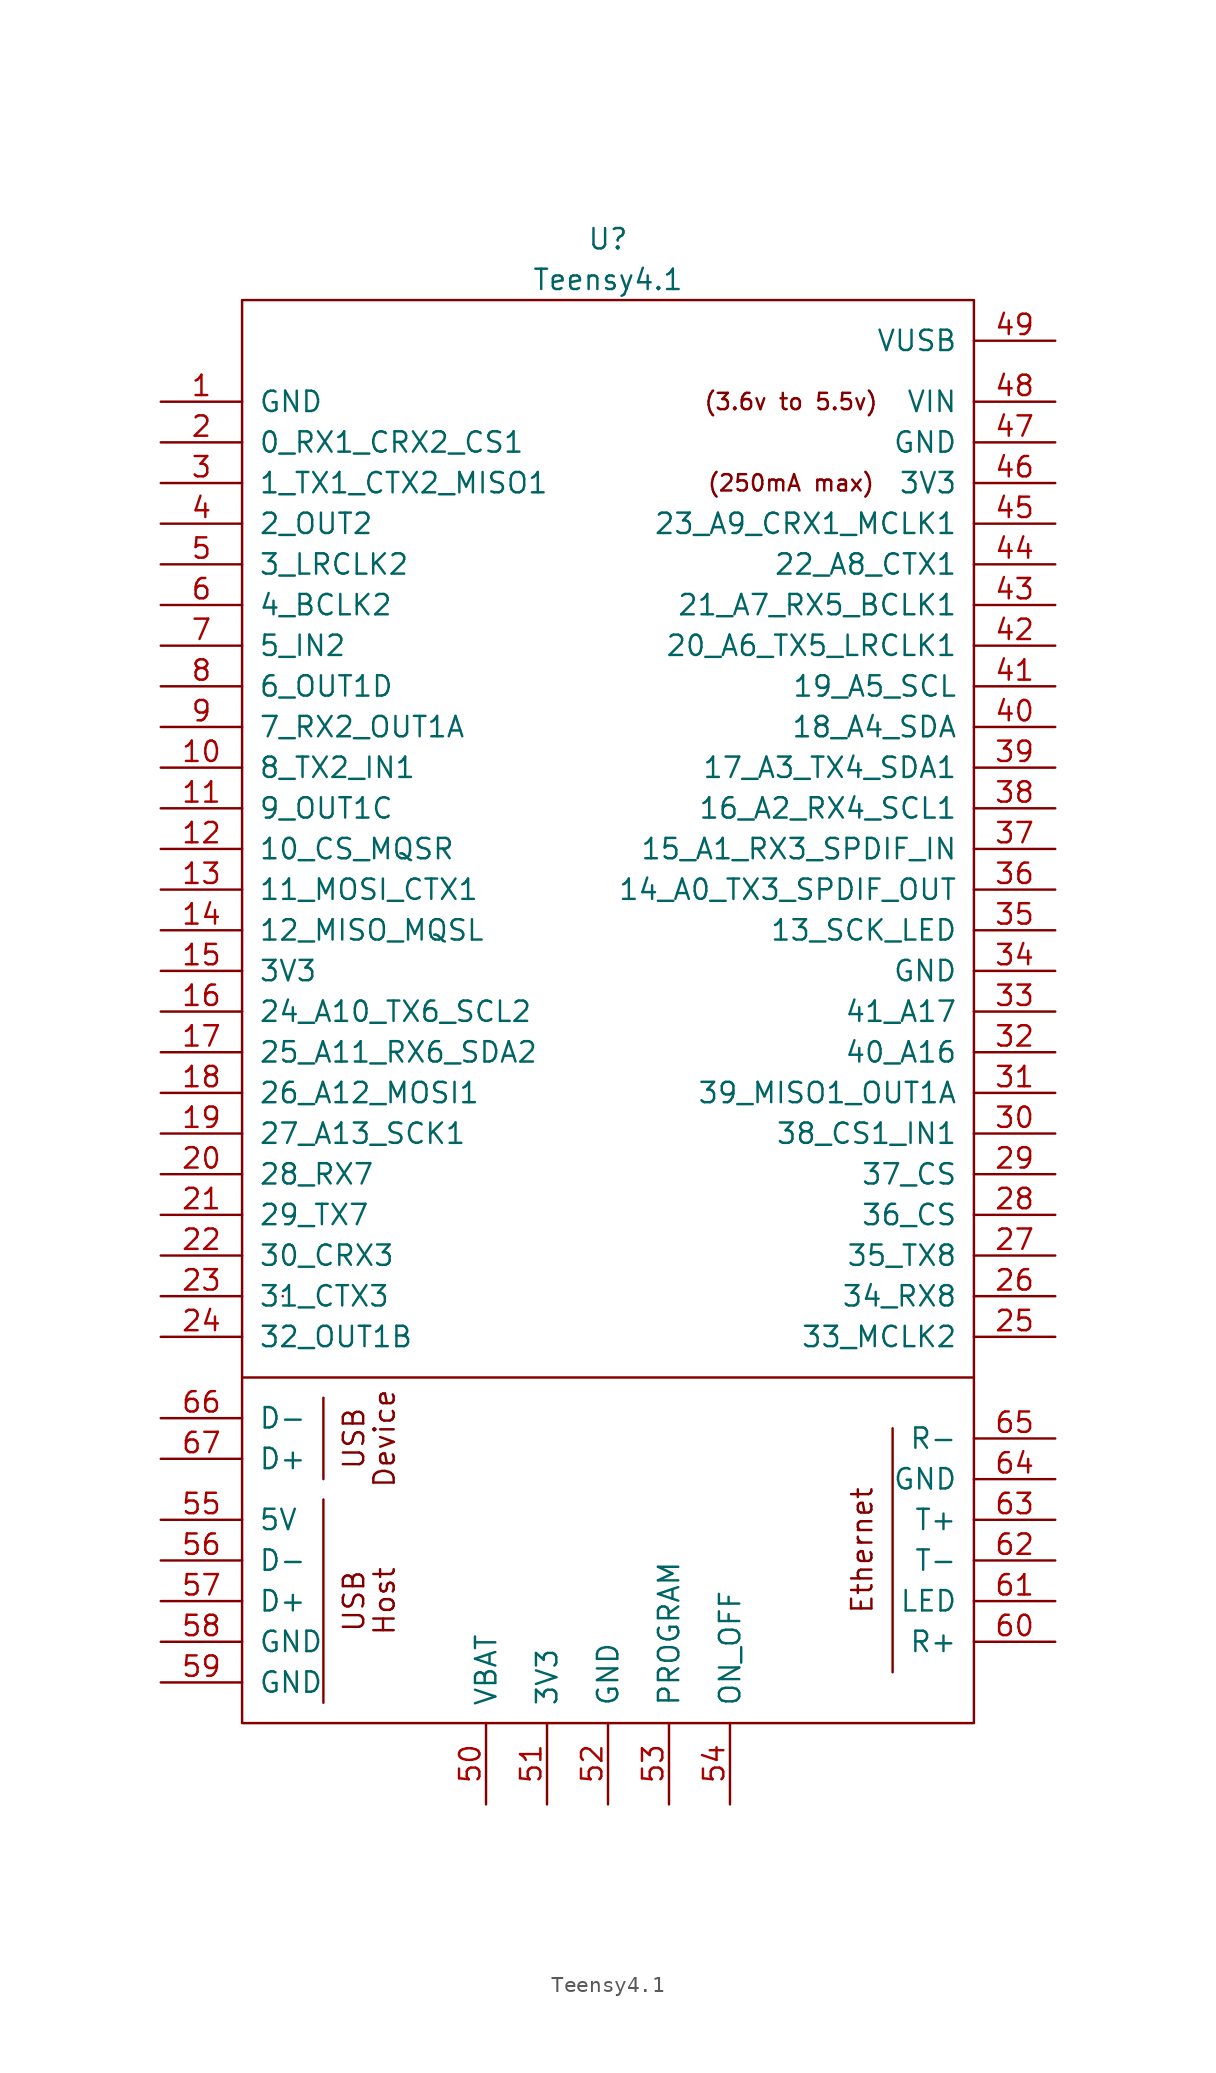
<source format=kicad_sym>
(kicad_symbol_lib
  (version 20231120)
  (generator "kicad_symbol_editor")
  (generator_version "8.0")
  (symbol "Teensy4.1"
    (pin_names
      (offset 1.016))
    (property "Reference" "U"
      (at 0 64.77 0)
      (effects (font (size 1.27 1.27))))
    (property "Value" "Teensy4.1"
      (at 0 62.23 0)
      (effects (font (size 1.27 1.27))))
    (symbol "Teensy4.1_0_0"
      (polyline (pts (xy -22.86 -6.35) (xy 22.86 -6.35)) (stroke (width 0) (type solid)) (fill (type none)))
      (polyline (pts (xy -17.78 -26.67) (xy -17.78 -13.97)) (stroke (width 0) (type solid)) (fill (type none)))
      (polyline (pts (xy -17.78 -7.62) (xy -17.78 -12.7)) (stroke (width 0) (type solid)) (fill (type none)))
      (polyline (pts (xy 17.78 -9.525) (xy 17.78 -24.765)) (stroke (width 0) (type solid)) (fill (type none)))
      (text "(250mA max)" (at 11.43 49.53 0) (effects (font (size 1.016 1.016))))
      (text "(3.6v to 5.5v)" (at 11.43 54.61 0) (effects (font (size 1.016 1.016))))
      (text "Device" (at -13.97 -10.16 900) (effects (font (size 1.27 1.27))))
      (text "Ethernet" (at 15.875 -17.145 900) (effects (font (size 1.27 1.27))))
      (text "Host" (at -13.97 -20.32 900) (effects (font (size 1.27 1.27))))
      (text "USB" (at -15.875 -20.32 900) (effects (font (size 1.27 1.27))))
      (text "USB" (at -15.875 -10.16 900) (effects (font (size 1.27 1.27))))
      (pin bidirectional line (at -27.94 31.75 0) (length 5.08) (name "8_TX2_IN1" (effects (font (size 1.27 1.27)))) (number "10" (effects (font (size 1.27 1.27)))))
      (pin bidirectional line (at -27.94 29.21 0) (length 5.08) (name "9_OUT1C" (effects (font (size 1.27 1.27)))) (number "11" (effects (font (size 1.27 1.27)))))
      (pin bidirectional line (at -27.94 26.67 0) (length 5.08) (name "10_CS_MQSR" (effects (font (size 1.27 1.27)))) (number "12" (effects (font (size 1.27 1.27)))))
      (pin bidirectional line (at -27.94 24.13 0) (length 5.08) (name "11_MOSI_CTX1" (effects (font (size 1.27 1.27)))) (number "13" (effects (font (size 1.27 1.27)))))
      (pin bidirectional line (at -27.94 21.59 0) (length 5.08) (name "12_MISO_MQSL" (effects (font (size 1.27 1.27)))) (number "14" (effects (font (size 1.27 1.27)))))
      (pin power_in line (at -27.94 19.05 0) (length 5.08) (name "3V3" (effects (font (size 1.27 1.27)))) (number "15" (effects (font (size 1.27 1.27)))))
      (pin bidirectional line (at -27.94 16.51 0) (length 5.08) (name "24_A10_TX6_SCL2" (effects (font (size 1.27 1.27)))) (number "16" (effects (font (size 1.27 1.27)))))
      (pin bidirectional line (at -27.94 13.97 0) (length 5.08) (name "25_A11_RX6_SDA2" (effects (font (size 1.27 1.27)))) (number "17" (effects (font (size 1.27 1.27)))))
      (pin bidirectional line (at -27.94 11.43 0) (length 5.08) (name "26_A12_MOSI1" (effects (font (size 1.27 1.27)))) (number "18" (effects (font (size 1.27 1.27)))))
      (pin bidirectional line (at -27.94 8.89 0) (length 5.08) (name "27_A13_SCK1" (effects (font (size 1.27 1.27)))) (number "19" (effects (font (size 1.27 1.27)))))
      (pin bidirectional line (at -27.94 6.35 0) (length 5.08) (name "28_RX7" (effects (font (size 1.27 1.27)))) (number "20" (effects (font (size 1.27 1.27)))))
      (pin bidirectional line (at -27.94 3.81 0) (length 5.08) (name "29_TX7" (effects (font (size 1.27 1.27)))) (number "21" (effects (font (size 1.27 1.27)))))
      (pin bidirectional line (at -27.94 1.27 0) (length 5.08) (name "30_CRX3" (effects (font (size 1.27 1.27)))) (number "22" (effects (font (size 1.27 1.27)))))
      (pin bidirectional line (at -27.94 -1.27 0) (length 5.08) (name "31_CTX3" (effects (font (size 1.27 1.27)))) (number "23" (effects (font (size 1.27 1.27)))))
      (pin bidirectional line (at -27.94 -3.81 0) (length 5.08) (name "32_OUT1B" (effects (font (size 1.27 1.27)))) (number "24" (effects (font (size 1.27 1.27)))))
      (pin bidirectional line (at 27.94 -3.81 180) (length 5.08) (name "33_MCLK2" (effects (font (size 1.27 1.27)))) (number "25" (effects (font (size 1.27 1.27)))))
      (pin bidirectional line (at 27.94 -1.27 180) (length 5.08) (name "34_RX8" (effects (font (size 1.27 1.27)))) (number "26" (effects (font (size 1.27 1.27)))))
      (pin bidirectional line (at 27.94 1.27 180) (length 5.08) (name "35_TX8" (effects (font (size 1.27 1.27)))) (number "27" (effects (font (size 1.27 1.27)))))
      (pin bidirectional line (at 27.94 3.81 180) (length 5.08) (name "36_CS" (effects (font (size 1.27 1.27)))) (number "28" (effects (font (size 1.27 1.27)))))
      (pin bidirectional line (at 27.94 6.35 180) (length 5.08) (name "37_CS" (effects (font (size 1.27 1.27)))) (number "29" (effects (font (size 1.27 1.27)))))
      (pin bidirectional line (at 27.94 8.89 180) (length 5.08) (name "38_CS1_IN1" (effects (font (size 1.27 1.27)))) (number "30" (effects (font (size 1.27 1.27)))))
      (pin bidirectional line (at 27.94 11.43 180) (length 5.08) (name "39_MISO1_OUT1A" (effects (font (size 1.27 1.27)))) (number "31" (effects (font (size 1.27 1.27)))))
      (pin bidirectional line (at 27.94 13.97 180) (length 5.08) (name "40_A16" (effects (font (size 1.27 1.27)))) (number "32" (effects (font (size 1.27 1.27)))))
      (pin bidirectional line (at 27.94 16.51 180) (length 5.08) (name "41_A17" (effects (font (size 1.27 1.27)))) (number "33" (effects (font (size 1.27 1.27)))))
      (pin bidirectional line (at 27.94 21.59 180) (length 5.08) (name "13_SCK_LED" (effects (font (size 1.27 1.27)))) (number "35" (effects (font (size 1.27 1.27)))))
      (pin bidirectional line (at 27.94 24.13 180) (length 5.08) (name "14_A0_TX3_SPDIF_OUT" (effects (font (size 1.27 1.27)))) (number "36" (effects (font (size 1.27 1.27)))))
      (pin bidirectional line (at 27.94 26.67 180) (length 5.08) (name "15_A1_RX3_SPDIF_IN" (effects (font (size 1.27 1.27)))) (number "37" (effects (font (size 1.27 1.27)))))
      (pin bidirectional line (at 27.94 29.21 180) (length 5.08) (name "16_A2_RX4_SCL1" (effects (font (size 1.27 1.27)))) (number "38" (effects (font (size 1.27 1.27)))))
      (pin bidirectional line (at 27.94 31.75 180) (length 5.08) (name "17_A3_TX4_SDA1" (effects (font (size 1.27 1.27)))) (number "39" (effects (font (size 1.27 1.27)))))
      (pin bidirectional line (at 27.94 34.29 180) (length 5.08) (name "18_A4_SDA" (effects (font (size 1.27 1.27)))) (number "40" (effects (font (size 1.27 1.27)))))
      (pin bidirectional line (at 27.94 36.83 180) (length 5.08) (name "19_A5_SCL" (effects (font (size 1.27 1.27)))) (number "41" (effects (font (size 1.27 1.27)))))
      (pin bidirectional line (at 27.94 39.37 180) (length 5.08) (name "20_A6_TX5_LRCLK1" (effects (font (size 1.27 1.27)))) (number "42" (effects (font (size 1.27 1.27)))))
      (pin bidirectional line (at 27.94 41.91 180) (length 5.08) (name "21_A7_RX5_BCLK1" (effects (font (size 1.27 1.27)))) (number "43" (effects (font (size 1.27 1.27)))))
      (pin bidirectional line (at 27.94 44.45 180) (length 5.08) (name "22_A8_CTX1" (effects (font (size 1.27 1.27)))) (number "44" (effects (font (size 1.27 1.27)))))
      (pin bidirectional line (at 27.94 46.99 180) (length 5.08) (name "23_A9_CRX1_MCLK1" (effects (font (size 1.27 1.27)))) (number "45" (effects (font (size 1.27 1.27)))))
      (pin power_in line (at 27.94 54.61 180) (length 5.08) (name "VIN" (effects (font (size 1.27 1.27)))) (number "48" (effects (font (size 1.27 1.27)))))
      (pin power_out line (at 27.94 58.42 180) (length 5.08) (name "VUSB" (effects (font (size 1.27 1.27)))) (number "49" (effects (font (size 1.27 1.27)))))
      (pin bidirectional line (at -27.94 44.45 0) (length 5.08) (name "3_LRCLK2" (effects (font (size 1.27 1.27)))) (number "5" (effects (font (size 1.27 1.27)))))
      (pin power_in line (at -7.62 -33.02 90) (length 5.08) (name "VBAT" (effects (font (size 1.27 1.27)))) (number "50" (effects (font (size 1.27 1.27)))))
      (pin power_in line (at -3.81 -33.02 90) (length 5.08) (name "3V3" (effects (font (size 1.27 1.27)))) (number "51" (effects (font (size 1.27 1.27)))))
      (pin input line (at 0 -33.02 90) (length 5.08) (name "GND" (effects (font (size 1.27 1.27)))) (number "52" (effects (font (size 1.27 1.27)))))
      (pin input line (at 3.81 -33.02 90) (length 5.08) (name "PROGRAM" (effects (font (size 1.27 1.27)))) (number "53" (effects (font (size 1.27 1.27)))))
      (pin input line (at 7.62 -33.02 90) (length 5.08) (name "ON_OFF" (effects (font (size 1.27 1.27)))) (number "54" (effects (font (size 1.27 1.27)))))
      (pin power_out line (at -27.94 -15.24 0) (length 5.08) (name "5V" (effects (font (size 1.27 1.27)))) (number "55" (effects (font (size 1.27 1.27)))))
      (pin bidirectional line (at -27.94 -17.78 0) (length 5.08) (name "D-" (effects (font (size 1.27 1.27)))) (number "56" (effects (font (size 1.27 1.27)))))
      (pin bidirectional line (at -27.94 -20.32 0) (length 5.08) (name "D+" (effects (font (size 1.27 1.27)))) (number "57" (effects (font (size 1.27 1.27)))))
      (pin power_in line (at -27.94 -22.86 0) (length 5.08) (name "GND" (effects (font (size 1.27 1.27)))) (number "58" (effects (font (size 1.27 1.27)))))
      (pin power_in line (at -27.94 -25.4 0) (length 5.08) (name "GND" (effects (font (size 1.27 1.27)))) (number "59" (effects (font (size 1.27 1.27)))))
      (pin bidirectional line (at -27.94 41.91 0) (length 5.08) (name "4_BCLK2" (effects (font (size 1.27 1.27)))) (number "6" (effects (font (size 1.27 1.27)))))
      (pin bidirectional line (at 27.94 -22.86 180) (length 5.08) (name "R+" (effects (font (size 1.27 1.27)))) (number "60" (effects (font (size 1.27 1.27)))))
      (pin bidirectional line (at 27.94 -20.32 180) (length 5.08) (name "LED" (effects (font (size 1.27 1.27)))) (number "61" (effects (font (size 1.27 1.27)))))
      (pin bidirectional line (at 27.94 -17.78 180) (length 5.08) (name "T-" (effects (font (size 1.27 1.27)))) (number "62" (effects (font (size 1.27 1.27)))))
      (pin bidirectional line (at 27.94 -15.24 180) (length 5.08) (name "T+" (effects (font (size 1.27 1.27)))) (number "63" (effects (font (size 1.27 1.27)))))
      (pin power_in line (at 27.94 -12.7 180) (length 5.08) (name "GND" (effects (font (size 1.27 1.27)))) (number "64" (effects (font (size 1.27 1.27)))))
      (pin bidirectional line (at 27.94 -10.16 180) (length 5.08) (name "R-" (effects (font (size 1.27 1.27)))) (number "65" (effects (font (size 1.27 1.27)))))
      (pin bidirectional line (at -27.94 -8.89 0) (length 5.08) (name "D-" (effects (font (size 1.27 1.27)))) (number "66" (effects (font (size 1.27 1.27)))))
      (pin bidirectional line (at -27.94 -11.43 0) (length 5.08) (name "D+" (effects (font (size 1.27 1.27)))) (number "67" (effects (font (size 1.27 1.27)))))
      (pin bidirectional line (at -27.94 39.37 0) (length 5.08) (name "5_IN2" (effects (font (size 1.27 1.27)))) (number "7" (effects (font (size 1.27 1.27)))))
      (pin bidirectional line (at -27.94 36.83 0) (length 5.08) (name "6_OUT1D" (effects (font (size 1.27 1.27)))) (number "8" (effects (font (size 1.27 1.27)))))
      (pin bidirectional line (at -27.94 34.29 0) (length 5.08) (name "7_RX2_OUT1A" (effects (font (size 1.27 1.27)))) (number "9" (effects (font (size 1.27 1.27))))))
    (symbol "Teensy4.1_0_1"
      (rectangle (start -22.86 60.96) (end 22.86 -27.94) (stroke (width 0) (type solid)) (fill (type none)))
      (rectangle (start -20.32 -1.27) (end -20.32 -1.27) (stroke (width 0) (type solid)) (fill (type none))))
    (symbol "Teensy4.1_1_0"
      (pin power_out line (at 27.94 49.53 180) (length 5.08) (name "3V3" (effects (font (size 1.27 1.27)))) (number "46" (effects (font (size 1.27 1.27)))))
      (pin power_in line (at 27.94 52.07 180) (length 5.08) (name "GND" (effects (font (size 1.27 1.27)))) (number "47" (effects (font (size 1.27 1.27))))))
    (symbol "Teensy4.1_1_1"
      (pin power_in line (at -27.94 54.61 0) (length 5.08) (name "GND" (effects (font (size 1.27 1.27)))) (number "1" (effects (font (size 1.27 1.27)))))
      (pin bidirectional line (at -27.94 52.07 0) (length 5.08) (name "0_RX1_CRX2_CS1" (effects (font (size 1.27 1.27)))) (number "2" (effects (font (size 1.27 1.27)))))
      (pin bidirectional line (at -27.94 49.53 0) (length 5.08) (name "1_TX1_CTX2_MISO1" (effects (font (size 1.27 1.27)))) (number "3" (effects (font (size 1.27 1.27)))))
      (pin power_in line (at 27.94 19.05 180) (length 5.08) (name "GND" (effects (font (size 1.27 1.27)))) (number "34" (effects (font (size 1.27 1.27)))))
      (pin bidirectional line (at -27.94 46.99 0) (length 5.08) (name "2_OUT2" (effects (font (size 1.27 1.27)))) (number "4" (effects (font (size 1.27 1.27))))))))
</source>
